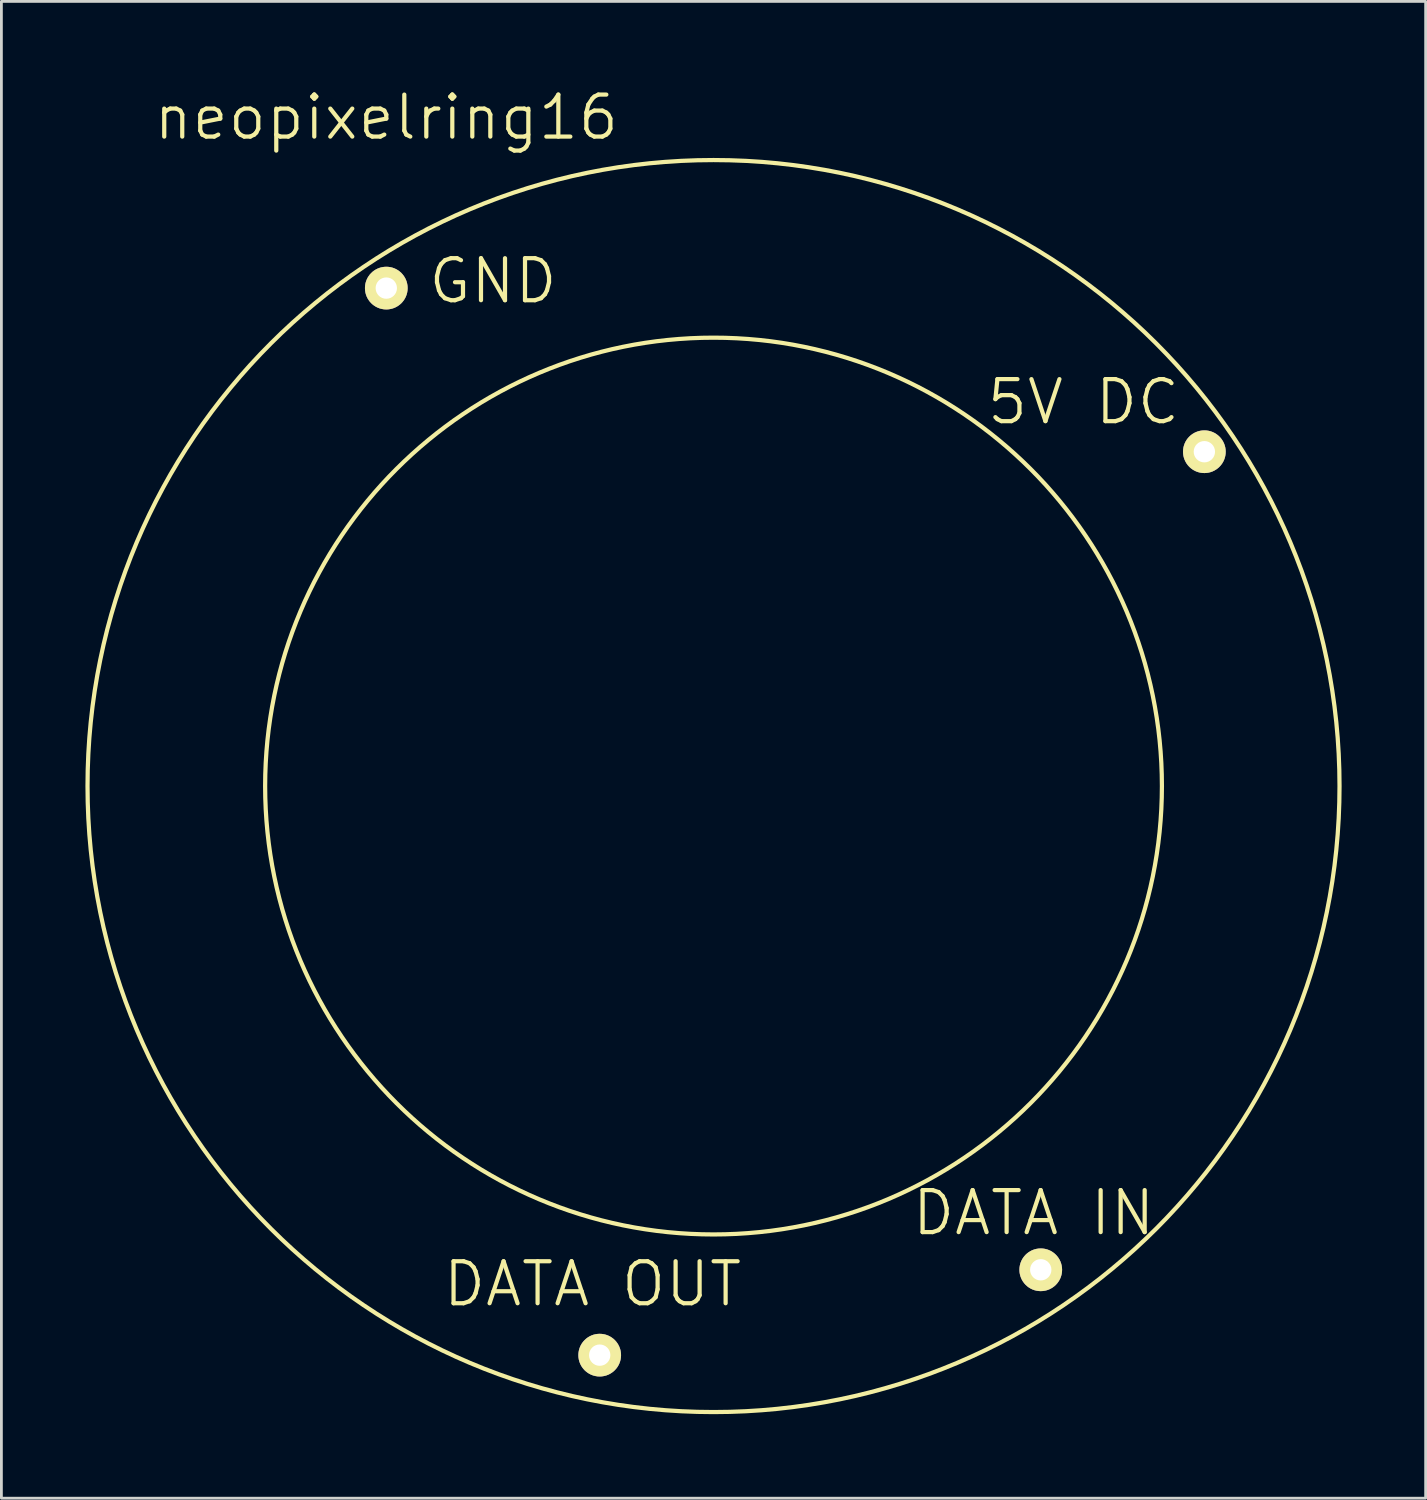
<source format=kicad_pcb>
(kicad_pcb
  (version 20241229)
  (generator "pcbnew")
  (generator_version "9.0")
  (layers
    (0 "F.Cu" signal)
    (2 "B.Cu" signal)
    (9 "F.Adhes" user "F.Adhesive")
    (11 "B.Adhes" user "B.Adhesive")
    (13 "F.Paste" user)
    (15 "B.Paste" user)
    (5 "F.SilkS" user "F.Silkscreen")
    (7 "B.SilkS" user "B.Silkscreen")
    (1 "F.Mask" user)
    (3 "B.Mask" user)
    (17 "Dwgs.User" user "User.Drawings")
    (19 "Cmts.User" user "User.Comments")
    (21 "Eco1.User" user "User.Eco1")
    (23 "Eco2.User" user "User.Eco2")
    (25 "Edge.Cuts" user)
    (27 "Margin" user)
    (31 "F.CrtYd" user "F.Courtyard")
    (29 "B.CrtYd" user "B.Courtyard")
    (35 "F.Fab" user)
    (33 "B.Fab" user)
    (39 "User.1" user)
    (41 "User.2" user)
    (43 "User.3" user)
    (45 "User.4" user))
  (footprint "neopixelring16"
    (layer "F.Cu")
    (at 22.427 24.763)
    (property "Reference" "neopixelring16" (at -11.684 -23.622 0) (layer "F.SilkS") (effects (font (size 1.5 1.5) (thickness 0.15))))
    (attr through_hole)
    (fp_circle (center 0 0.254) (end 0 -22.098) (stroke (width 0.15) (type solid)) (fill no) (layer "F.SilkS"))
    (fp_circle (center 0 0.254) (end 0.508 -15.748) (stroke (width 0.15) (type solid)) (fill no) (layer "F.SilkS"))
    (fp_text user "DATA OUT" (at -4.318 18.034 0) (layer "F.SilkS") (effects (font (size 1.5 1.5) (thickness 0.15))))
    (fp_text user "5V DC" (at 13.208 -13.462 180) (layer "F.SilkS") (effects (font (size 1.5 1.5) (thickness 0.15))))
    (fp_text user "GND" (at -7.874 -17.78 0) (layer "F.SilkS") (effects (font (size 1.5 1.5) (thickness 0.15))))
    (fp_text user "DATA IN" (at 11.43 15.494 0) (layer "F.SilkS") (effects (font (size 1.5 1.5) (thickness 0.15))))
    (pad "1" thru_hole circle (at 17.526 -11.684) (size 1.524 1.524) (drill 0.762) (layers "*.Cu" "*.Mask" "F.SilkS"))
    (pad "2" thru_hole circle (at -11.684 -17.526) (size 1.524 1.524) (drill 0.762) (layers "*.Cu" "*.Mask" "F.SilkS"))
    (pad "3" thru_hole circle (at 11.684 17.526) (size 1.524 1.524) (drill 0.762) (layers "*.Cu" "*.Mask" "F.SilkS"))
    (pad "4" thru_hole circle (at -4.064 20.574) (size 1.524 1.524) (drill 0.762) (layers "*.Cu" "*.Mask" "F.SilkS")))
  (gr_rect
    (start -3 -3)
    (end 47.854 50.444)
    (stroke (width 0.1) (type default))
    (fill no)
    (layer "Edge.Cuts")))
</source>
